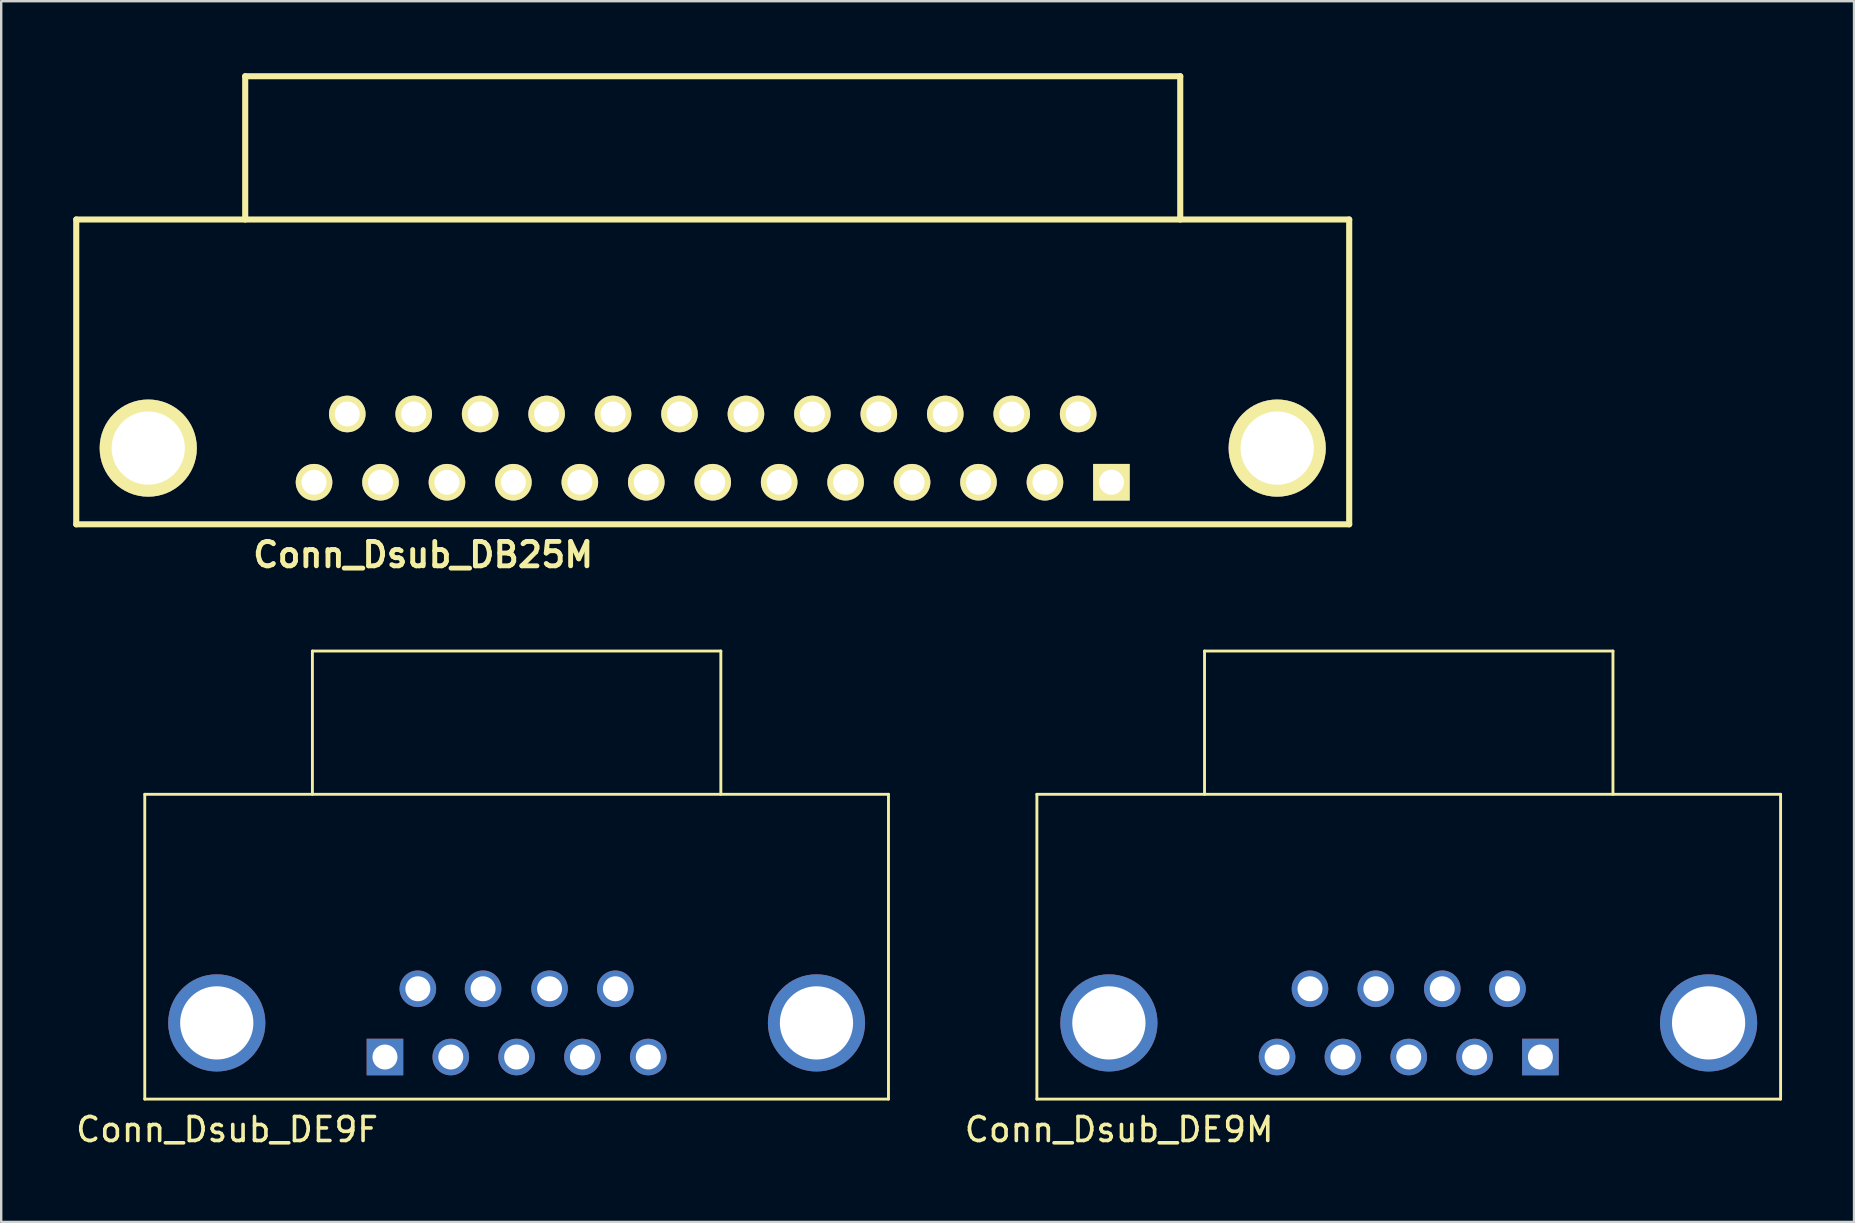
<source format=kicad_pcb>
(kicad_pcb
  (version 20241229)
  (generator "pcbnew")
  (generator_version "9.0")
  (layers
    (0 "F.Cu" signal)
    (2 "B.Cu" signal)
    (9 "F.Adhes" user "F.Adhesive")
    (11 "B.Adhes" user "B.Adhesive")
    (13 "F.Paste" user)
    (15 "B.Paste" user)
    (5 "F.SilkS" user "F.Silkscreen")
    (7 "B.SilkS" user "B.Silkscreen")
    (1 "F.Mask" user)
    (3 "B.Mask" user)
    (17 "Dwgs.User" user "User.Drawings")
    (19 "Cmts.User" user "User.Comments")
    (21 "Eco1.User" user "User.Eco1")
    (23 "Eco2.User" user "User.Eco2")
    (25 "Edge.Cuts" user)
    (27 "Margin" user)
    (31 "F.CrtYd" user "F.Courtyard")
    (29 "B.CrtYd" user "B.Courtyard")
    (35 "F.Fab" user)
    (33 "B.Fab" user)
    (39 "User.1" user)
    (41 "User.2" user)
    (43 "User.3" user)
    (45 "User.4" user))
  (footprint "Conn_Dsub_DE9M"
    (layer "F.Cu")
    (at 55.648 39.571)
    (property "Reference" "Conn_Dsub_DE9M" (at -12.065 4.445 0) (layer "F.SilkS") (effects (font (size 1 1) (thickness 0.15))))
    (attr through_hole)
    (fp_line (start -15.494 -9.525) (end 15.494 -9.525) (stroke (width 0.12) (type solid)) (layer "F.SilkS"))
    (fp_line (start -15.494 3.175) (end -15.494 -9.525) (stroke (width 0.12) (type solid)) (layer "F.SilkS"))
    (fp_line (start -15.494 3.175) (end 15.494 3.175) (stroke (width 0.12) (type solid)) (layer "F.SilkS"))
    (fp_line (start -8.509 -15.494) (end 8.509 -15.494) (stroke (width 0.12) (type solid)) (layer "F.SilkS"))
    (fp_line (start -8.509 -9.525) (end -8.509 -15.494) (stroke (width 0.12) (type solid)) (layer "F.SilkS"))
    (fp_line (start 8.509 -15.494) (end 8.509 -9.525) (stroke (width 0.12) (type solid)) (layer "F.SilkS"))
    (fp_line (start 15.494 -9.525) (end 15.494 3.175) (stroke (width 0.12) (type solid)) (layer "F.SilkS"))
    (pad "0" thru_hole circle (at -12.494 0) (size 4.049 4.049) (drill 3.051) (layers "*.Cu" "*.Mask"))
    (pad "0" thru_hole circle (at 12.494 0) (size 4.049 4.049) (drill 3.051) (layers "*.Cu" "*.Mask"))
    (pad "1" thru_hole rect (at 5.486 1.422) (size 1.524 1.524) (drill 1.041) (layers "*.Cu" "*.Mask"))
    (pad "2" thru_hole circle (at 2.743 1.422) (size 1.524 1.524) (drill 1.041) (layers "*.Cu" "*.Mask"))
    (pad "3" thru_hole circle (at 0 1.422) (size 1.524 1.524) (drill 1.041) (layers "*.Cu" "*.Mask"))
    (pad "4" thru_hole circle (at -2.743 1.422) (size 1.524 1.524) (drill 1.041) (layers "*.Cu" "*.Mask"))
    (pad "5" thru_hole circle (at -5.486 1.422) (size 1.524 1.524) (drill 1.041) (layers "*.Cu" "*.Mask"))
    (pad "6" thru_hole circle (at 4.115 -1.422) (size 1.524 1.524) (drill 1.041) (layers "*.Cu" "*.Mask"))
    (pad "7" thru_hole circle (at 1.397 -1.422) (size 1.524 1.524) (drill 1.041) (layers "*.Cu" "*.Mask"))
    (pad "8" thru_hole circle (at -1.372 -1.422) (size 1.524 1.524) (drill 1.041) (layers "*.Cu" "*.Mask"))
    (pad "9" thru_hole circle (at -4.115 -1.422) (size 1.524 1.524) (drill 1.041) (layers "*.Cu" "*.Mask")))
  (footprint "Conn_Dsub_DB25M"
    (layer "F.Cu")
    (at 26.647 15.621)
    (property "Reference" "Conn_Dsub_DB25M" (at -12.065 4.445 0) (layer "F.SilkS") (effects (font (size 1.016 1.016) (thickness 0.203))))
    (attr through_hole)
    (fp_line (start -26.52 -9.525) (end 26.52 -9.525) (stroke (width 0.254) (type solid)) (layer "F.SilkS"))
    (fp_line (start -26.52 3.175) (end -26.52 -9.525) (stroke (width 0.254) (type solid)) (layer "F.SilkS"))
    (fp_line (start -26.52 3.175) (end 26.52 3.175) (stroke (width 0.254) (type solid)) (layer "F.SilkS"))
    (fp_line (start -19.48 -15.494) (end 19.48 -15.494) (stroke (width 0.254) (type solid)) (layer "F.SilkS"))
    (fp_line (start -19.48 -9.525) (end -19.48 -15.494) (stroke (width 0.254) (type solid)) (layer "F.SilkS"))
    (fp_line (start 19.48 -15.494) (end 19.48 -9.525) (stroke (width 0.254) (type solid)) (layer "F.SilkS"))
    (fp_line (start 26.52 -9.525) (end 26.52 3.175) (stroke (width 0.254) (type solid)) (layer "F.SilkS"))
    (pad "1" thru_hole rect (at 16.612 1.422) (size 1.524 1.524) (drill 1.041) (layers "*.Cu" "*.Mask" "F.SilkS"))
    (pad "2" thru_hole circle (at 13.843 1.422) (size 1.524 1.524) (drill 1.041) (layers "*.Cu" "*.Mask" "F.SilkS"))
    (pad "3" thru_hole circle (at 11.074 1.422) (size 1.524 1.524) (drill 1.041) (layers "*.Cu" "*.Mask" "F.SilkS"))
    (pad "4" thru_hole circle (at 8.306 1.422) (size 1.524 1.524) (drill 1.041) (layers "*.Cu" "*.Mask" "F.SilkS"))
    (pad "5" thru_hole circle (at 5.537 1.422) (size 1.524 1.524) (drill 1.041) (layers "*.Cu" "*.Mask" "F.SilkS"))
    (pad "6" thru_hole circle (at 2.769 1.422) (size 1.524 1.524) (drill 1.041) (layers "*.Cu" "*.Mask" "F.SilkS"))
    (pad "7" thru_hole circle (at 0 1.422) (size 1.524 1.524) (drill 1.041) (layers "*.Cu" "*.Mask" "F.SilkS"))
    (pad "8" thru_hole circle (at -2.769 1.422) (size 1.524 1.524) (drill 1.041) (layers "*.Cu" "*.Mask" "F.SilkS"))
    (pad "9" thru_hole circle (at -5.537 1.422) (size 1.524 1.524) (drill 1.041) (layers "*.Cu" "*.Mask" "F.SilkS"))
    (pad "10" thru_hole circle (at -8.306 1.422) (size 1.524 1.524) (drill 1.041) (layers "*.Cu" "*.Mask" "F.SilkS"))
    (pad "11" thru_hole circle (at -11.074 1.422) (size 1.524 1.524) (drill 1.041) (layers "*.Cu" "*.Mask" "F.SilkS"))
    (pad "12" thru_hole circle (at -13.843 1.422) (size 1.524 1.524) (drill 1.041) (layers "*.Cu" "*.Mask" "F.SilkS"))
    (pad "13" thru_hole circle (at -16.612 1.422) (size 1.524 1.524) (drill 1.041) (layers "*.Cu" "*.Mask" "F.SilkS"))
    (pad "14" thru_hole circle (at 15.227 -1.422) (size 1.524 1.524) (drill 1.041) (layers "*.Cu" "*.Mask" "F.SilkS"))
    (pad "15" thru_hole circle (at 12.459 -1.422) (size 1.524 1.524) (drill 1.041) (layers "*.Cu" "*.Mask" "F.SilkS"))
    (pad "16" thru_hole circle (at 9.69 -1.422) (size 1.524 1.524) (drill 1.041) (layers "*.Cu" "*.Mask" "F.SilkS"))
    (pad "17" thru_hole circle (at 6.921 -1.422) (size 1.524 1.524) (drill 1.041) (layers "*.Cu" "*.Mask" "F.SilkS"))
    (pad "18" thru_hole circle (at 4.153 -1.422) (size 1.524 1.524) (drill 1.041) (layers "*.Cu" "*.Mask" "F.SilkS"))
    (pad "19" thru_hole circle (at 1.384 -1.422) (size 1.524 1.524) (drill 1.041) (layers "*.Cu" "*.Mask" "F.SilkS"))
    (pad "20" thru_hole circle (at -1.384 -1.422) (size 1.524 1.524) (drill 1.041) (layers "*.Cu" "*.Mask" "F.SilkS"))
    (pad "21" thru_hole circle (at -4.153 -1.422) (size 1.524 1.524) (drill 1.041) (layers "*.Cu" "*.Mask" "F.SilkS"))
    (pad "22" thru_hole circle (at -6.921 -1.422) (size 1.524 1.524) (drill 1.041) (layers "*.Cu" "*.Mask" "F.SilkS"))
    (pad "23" thru_hole circle (at -9.69 -1.422) (size 1.524 1.524) (drill 1.041) (layers "*.Cu" "*.Mask" "F.SilkS"))
    (pad "24" thru_hole circle (at -12.459 -1.422) (size 1.524 1.524) (drill 1.041) (layers "*.Cu" "*.Mask" "F.SilkS"))
    (pad "25" thru_hole circle (at -15.227 -1.422) (size 1.524 1.524) (drill 1.041) (layers "*.Cu" "*.Mask" "F.SilkS"))
    (pad "GND" thru_hole circle (at -23.52 0) (size 4.049 4.049) (drill 3.051) (layers "*.Cu" "*.Mask" "F.SilkS"))
    (pad "GND" thru_hole circle (at 23.52 0) (size 4.049 4.049) (drill 3.051) (layers "*.Cu" "*.Mask" "F.SilkS")))
  (footprint "Conn_Dsub_DE9F"
    (layer "F.Cu")
    (at 18.476 39.571)
    (property "Reference" "Conn_Dsub_DE9F" (at -12.065 4.445 0) (layer "F.SilkS") (effects (font (size 1 1) (thickness 0.15))))
    (attr through_hole)
    (fp_line (start -15.494 -9.525) (end 15.494 -9.525) (stroke (width 0.12) (type solid)) (layer "F.SilkS"))
    (fp_line (start -15.494 3.175) (end -15.494 -9.525) (stroke (width 0.12) (type solid)) (layer "F.SilkS"))
    (fp_line (start -15.494 3.175) (end 15.494 3.175) (stroke (width 0.12) (type solid)) (layer "F.SilkS"))
    (fp_line (start -8.509 -15.494) (end 8.509 -15.494) (stroke (width 0.12) (type solid)) (layer "F.SilkS"))
    (fp_line (start -8.509 -9.525) (end -8.509 -15.494) (stroke (width 0.12) (type solid)) (layer "F.SilkS"))
    (fp_line (start 8.509 -15.494) (end 8.509 -9.525) (stroke (width 0.12) (type solid)) (layer "F.SilkS"))
    (fp_line (start 15.494 -9.525) (end 15.494 3.175) (stroke (width 0.12) (type solid)) (layer "F.SilkS"))
    (pad "0" thru_hole circle (at -12.494 0) (size 4.049 4.049) (drill 3.051) (layers "*.Cu" "*.Mask"))
    (pad "0" thru_hole circle (at 12.494 0) (size 4.049 4.049) (drill 3.051) (layers "*.Cu" "*.Mask"))
    (pad "1" thru_hole rect (at -5.486 1.422) (size 1.524 1.524) (drill 1.041) (layers "*.Cu" "*.Mask"))
    (pad "2" thru_hole circle (at -2.743 1.422) (size 1.524 1.524) (drill 1.041) (layers "*.Cu" "*.Mask"))
    (pad "3" thru_hole circle (at 0 1.422) (size 1.524 1.524) (drill 1.041) (layers "*.Cu" "*.Mask"))
    (pad "4" thru_hole circle (at 2.743 1.422) (size 1.524 1.524) (drill 1.041) (layers "*.Cu" "*.Mask"))
    (pad "5" thru_hole circle (at 5.486 1.422) (size 1.524 1.524) (drill 1.041) (layers "*.Cu" "*.Mask"))
    (pad "6" thru_hole circle (at -4.115 -1.422) (size 1.524 1.524) (drill 1.041) (layers "*.Cu" "*.Mask"))
    (pad "7" thru_hole circle (at -1.397 -1.422) (size 1.524 1.524) (drill 1.041) (layers "*.Cu" "*.Mask"))
    (pad "8" thru_hole circle (at 1.372 -1.422) (size 1.524 1.524) (drill 1.041) (layers "*.Cu" "*.Mask"))
    (pad "9" thru_hole circle (at 4.115 -1.422) (size 1.524 1.524) (drill 1.041) (layers "*.Cu" "*.Mask")))
  (gr_rect
    (start -3 -3)
    (end 74.202 47.864)
    (stroke (width 0.1) (type default))
    (fill no)
    (layer "Edge.Cuts")))
</source>
